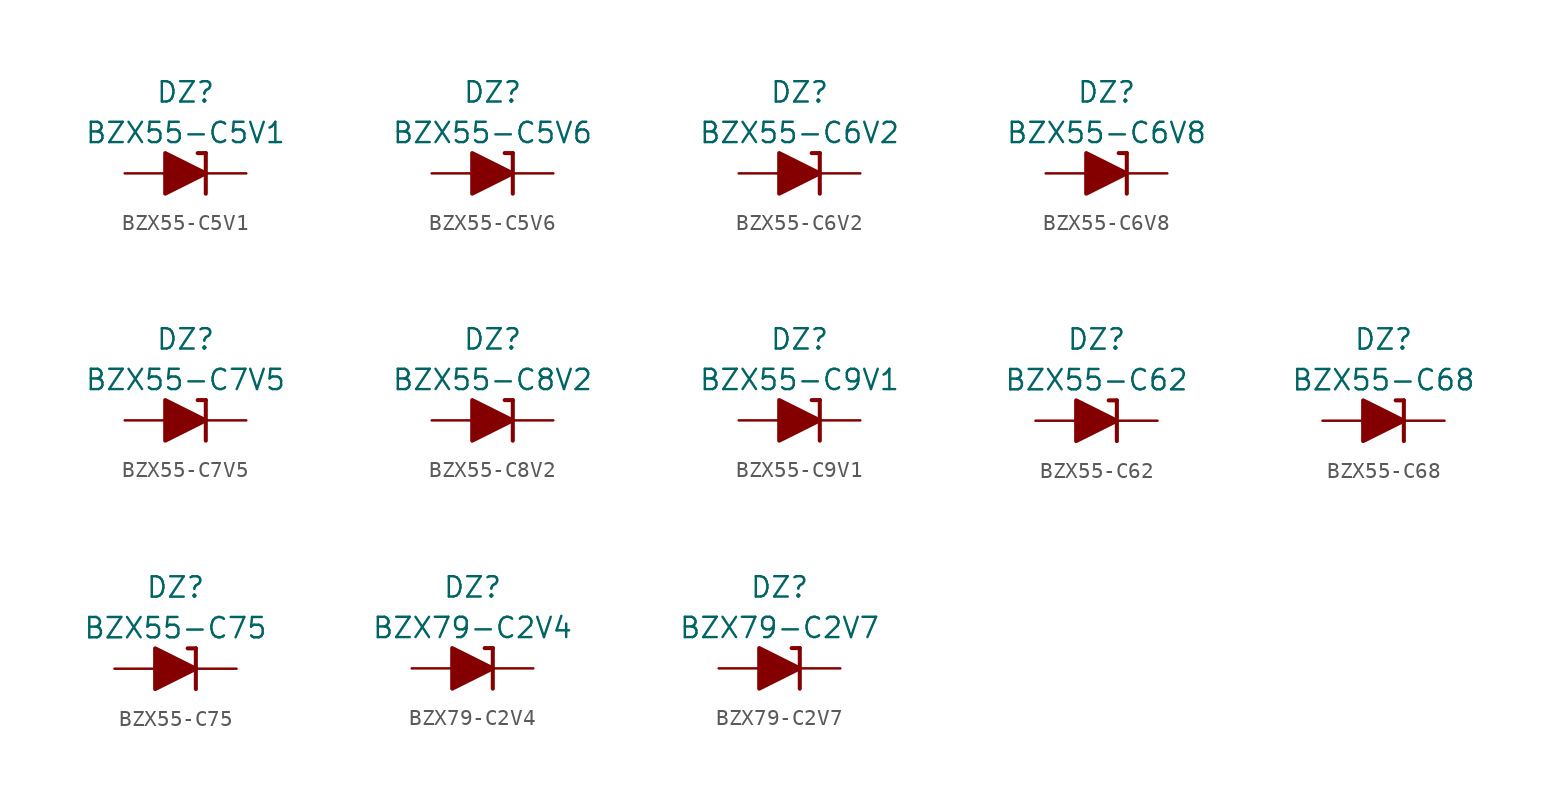
<source format=kicad_sym>
(kicad_symbol_lib
  (version 20211014)
  (generator kicad_symbol_editor)
  (symbol "BZX55-C5V1"
    (pin_numbers hide)
    (pin_names
      (offset 1.016) hide)
    (property "Reference" "DZ"
      (at 0 5.08 0)
      (effects (font (size 1.27 1.27))))
    (property "Value" "BZX55-C5V1"
      (at 0 2.54 0)
      (effects (font (size 1.27 1.27))))
    (symbol "BZX55-C5V1_0_1"
      (polyline (pts (xy -1.27 0) (xy 1.27 0)) (stroke (width 0) (type default) (color 0 0 0 0)) (fill (type none)))
      (polyline (pts (xy 1.27 1.27) (xy 0.762 1.27)) (stroke (width 0.254) (type default) (color 0 0 0 0)) (fill (type none)))
      (polyline (pts (xy 1.27 1.27) (xy 1.27 -1.27)) (stroke (width 0.254) (type default) (color 0 0 0 0)) (fill (type none)))
      (polyline (pts (xy -1.27 -1.27) (xy -1.27 1.27) (xy 1.27 0) (xy -1.27 -1.27)) (stroke (width 0.254) (type default) (color 0 0 0 0)) (fill (type outline))))
    (symbol "BZX55-C5V1_1_1"
      (pin passive line (at 3.81 0 180) (length 2.54) (name "K" (effects (font (size 1.27 1.27)))) (number "1" (effects (font (size 1.27 1.27)))))
      (pin passive line (at -3.81 0 0) (length 2.54) (name "A" (effects (font (size 1.27 1.27)))) (number "2" (effects (font (size 1.27 1.27)))))))
  (symbol "BZX55-C5V6"
    (pin_numbers hide)
    (pin_names
      (offset 1.016) hide)
    (property "Reference" "DZ"
      (at 0 5.08 0)
      (effects (font (size 1.27 1.27))))
    (property "Value" "BZX55-C5V6"
      (at 0 2.54 0)
      (effects (font (size 1.27 1.27))))
    (symbol "BZX55-C5V6_0_1"
      (polyline (pts (xy -1.27 0) (xy 1.27 0)) (stroke (width 0) (type default) (color 0 0 0 0)) (fill (type none)))
      (polyline (pts (xy 1.27 1.27) (xy 0.762 1.27)) (stroke (width 0.254) (type default) (color 0 0 0 0)) (fill (type none)))
      (polyline (pts (xy 1.27 1.27) (xy 1.27 -1.27)) (stroke (width 0.254) (type default) (color 0 0 0 0)) (fill (type none)))
      (polyline (pts (xy -1.27 -1.27) (xy -1.27 1.27) (xy 1.27 0) (xy -1.27 -1.27)) (stroke (width 0.254) (type default) (color 0 0 0 0)) (fill (type outline))))
    (symbol "BZX55-C5V6_1_1"
      (pin passive line (at 3.81 0 180) (length 2.54) (name "K" (effects (font (size 1.27 1.27)))) (number "1" (effects (font (size 1.27 1.27)))))
      (pin passive line (at -3.81 0 0) (length 2.54) (name "A" (effects (font (size 1.27 1.27)))) (number "2" (effects (font (size 1.27 1.27)))))))
  (symbol "BZX55-C6V2"
    (pin_numbers hide)
    (pin_names
      (offset 1.016) hide)
    (property "Reference" "DZ"
      (at 0 5.08 0)
      (effects (font (size 1.27 1.27))))
    (property "Value" "BZX55-C6V2"
      (at 0 2.54 0)
      (effects (font (size 1.27 1.27))))
    (symbol "BZX55-C6V2_0_1"
      (polyline (pts (xy -1.27 0) (xy 1.27 0)) (stroke (width 0) (type default) (color 0 0 0 0)) (fill (type none)))
      (polyline (pts (xy 1.27 1.27) (xy 0.762 1.27)) (stroke (width 0.254) (type default) (color 0 0 0 0)) (fill (type none)))
      (polyline (pts (xy 1.27 1.27) (xy 1.27 -1.27)) (stroke (width 0.254) (type default) (color 0 0 0 0)) (fill (type none)))
      (polyline (pts (xy -1.27 -1.27) (xy -1.27 1.27) (xy 1.27 0) (xy -1.27 -1.27)) (stroke (width 0.254) (type default) (color 0 0 0 0)) (fill (type outline))))
    (symbol "BZX55-C6V2_1_1"
      (pin passive line (at 3.81 0 180) (length 2.54) (name "K" (effects (font (size 1.27 1.27)))) (number "1" (effects (font (size 1.27 1.27)))))
      (pin passive line (at -3.81 0 0) (length 2.54) (name "A" (effects (font (size 1.27 1.27)))) (number "2" (effects (font (size 1.27 1.27)))))))
  (symbol "BZX55-C6V8"
    (pin_numbers hide)
    (pin_names
      (offset 1.016) hide)
    (property "Reference" "DZ"
      (at 0 5.08 0)
      (effects (font (size 1.27 1.27))))
    (property "Value" "BZX55-C6V8"
      (at 0 2.54 0)
      (effects (font (size 1.27 1.27))))
    (symbol "BZX55-C6V8_0_1"
      (polyline (pts (xy -1.27 0) (xy 1.27 0)) (stroke (width 0) (type default) (color 0 0 0 0)) (fill (type none)))
      (polyline (pts (xy 1.27 1.27) (xy 0.762 1.27)) (stroke (width 0.254) (type default) (color 0 0 0 0)) (fill (type none)))
      (polyline (pts (xy 1.27 1.27) (xy 1.27 -1.27)) (stroke (width 0.254) (type default) (color 0 0 0 0)) (fill (type none)))
      (polyline (pts (xy -1.27 -1.27) (xy -1.27 1.27) (xy 1.27 0) (xy -1.27 -1.27)) (stroke (width 0.254) (type default) (color 0 0 0 0)) (fill (type outline))))
    (symbol "BZX55-C6V8_1_1"
      (pin passive line (at 3.81 0 180) (length 2.54) (name "K" (effects (font (size 1.27 1.27)))) (number "1" (effects (font (size 1.27 1.27)))))
      (pin passive line (at -3.81 0 0) (length 2.54) (name "A" (effects (font (size 1.27 1.27)))) (number "2" (effects (font (size 1.27 1.27)))))))
  (symbol "BZX55-C7V5"
    (pin_numbers hide)
    (pin_names
      (offset 1.016) hide)
    (property "Reference" "DZ"
      (at 0 5.08 0)
      (effects (font (size 1.27 1.27))))
    (property "Value" "BZX55-C7V5"
      (at 0 2.54 0)
      (effects (font (size 1.27 1.27))))
    (symbol "BZX55-C7V5_0_1"
      (polyline (pts (xy -1.27 0) (xy 1.27 0)) (stroke (width 0) (type default) (color 0 0 0 0)) (fill (type none)))
      (polyline (pts (xy 1.27 1.27) (xy 0.762 1.27)) (stroke (width 0.254) (type default) (color 0 0 0 0)) (fill (type none)))
      (polyline (pts (xy 1.27 1.27) (xy 1.27 -1.27)) (stroke (width 0.254) (type default) (color 0 0 0 0)) (fill (type none)))
      (polyline (pts (xy -1.27 -1.27) (xy -1.27 1.27) (xy 1.27 0) (xy -1.27 -1.27)) (stroke (width 0.254) (type default) (color 0 0 0 0)) (fill (type outline))))
    (symbol "BZX55-C7V5_1_1"
      (pin passive line (at 3.81 0 180) (length 2.54) (name "K" (effects (font (size 1.27 1.27)))) (number "1" (effects (font (size 1.27 1.27)))))
      (pin passive line (at -3.81 0 0) (length 2.54) (name "A" (effects (font (size 1.27 1.27)))) (number "2" (effects (font (size 1.27 1.27)))))))
  (symbol "BZX55-C8V2"
    (pin_numbers hide)
    (pin_names
      (offset 1.016) hide)
    (property "Reference" "DZ"
      (at 0 5.08 0)
      (effects (font (size 1.27 1.27))))
    (property "Value" "BZX55-C8V2"
      (at 0 2.54 0)
      (effects (font (size 1.27 1.27))))
    (symbol "BZX55-C8V2_0_1"
      (polyline (pts (xy -1.27 0) (xy 1.27 0)) (stroke (width 0) (type default) (color 0 0 0 0)) (fill (type none)))
      (polyline (pts (xy 1.27 1.27) (xy 0.762 1.27)) (stroke (width 0.254) (type default) (color 0 0 0 0)) (fill (type none)))
      (polyline (pts (xy 1.27 1.27) (xy 1.27 -1.27)) (stroke (width 0.254) (type default) (color 0 0 0 0)) (fill (type none)))
      (polyline (pts (xy -1.27 -1.27) (xy -1.27 1.27) (xy 1.27 0) (xy -1.27 -1.27)) (stroke (width 0.254) (type default) (color 0 0 0 0)) (fill (type outline))))
    (symbol "BZX55-C8V2_1_1"
      (pin passive line (at 3.81 0 180) (length 2.54) (name "K" (effects (font (size 1.27 1.27)))) (number "1" (effects (font (size 1.27 1.27)))))
      (pin passive line (at -3.81 0 0) (length 2.54) (name "A" (effects (font (size 1.27 1.27)))) (number "2" (effects (font (size 1.27 1.27)))))))
  (symbol "BZX55-C9V1"
    (pin_numbers hide)
    (pin_names
      (offset 1.016) hide)
    (property "Reference" "DZ"
      (at 0 5.08 0)
      (effects (font (size 1.27 1.27))))
    (property "Value" "BZX55-C9V1"
      (at 0 2.54 0)
      (effects (font (size 1.27 1.27))))
    (symbol "BZX55-C9V1_0_1"
      (polyline (pts (xy -1.27 0) (xy 1.27 0)) (stroke (width 0) (type default) (color 0 0 0 0)) (fill (type none)))
      (polyline (pts (xy 1.27 1.27) (xy 0.762 1.27)) (stroke (width 0.254) (type default) (color 0 0 0 0)) (fill (type none)))
      (polyline (pts (xy 1.27 1.27) (xy 1.27 -1.27)) (stroke (width 0.254) (type default) (color 0 0 0 0)) (fill (type none)))
      (polyline (pts (xy -1.27 -1.27) (xy -1.27 1.27) (xy 1.27 0) (xy -1.27 -1.27)) (stroke (width 0.254) (type default) (color 0 0 0 0)) (fill (type outline))))
    (symbol "BZX55-C9V1_1_1"
      (pin passive line (at 3.81 0 180) (length 2.54) (name "K" (effects (font (size 1.27 1.27)))) (number "1" (effects (font (size 1.27 1.27)))))
      (pin passive line (at -3.81 0 0) (length 2.54) (name "A" (effects (font (size 1.27 1.27)))) (number "2" (effects (font (size 1.27 1.27)))))))
  (symbol "BZX55-C62"
    (pin_numbers hide)
    (pin_names
      (offset 1.016) hide)
    (property "Reference" "DZ"
      (at 0 5.08 0)
      (effects (font (size 1.27 1.27))))
    (property "Value" "BZX55-C62"
      (at 0 2.54 0)
      (effects (font (size 1.27 1.27))))
    (symbol "BZX55-C62_0_1"
      (polyline (pts (xy -1.27 0) (xy 1.27 0)) (stroke (width 0) (type default) (color 0 0 0 0)) (fill (type none)))
      (polyline (pts (xy 1.27 1.27) (xy 0.762 1.27)) (stroke (width 0.254) (type default) (color 0 0 0 0)) (fill (type none)))
      (polyline (pts (xy 1.27 1.27) (xy 1.27 -1.27)) (stroke (width 0.254) (type default) (color 0 0 0 0)) (fill (type none)))
      (polyline (pts (xy -1.27 -1.27) (xy -1.27 1.27) (xy 1.27 0) (xy -1.27 -1.27)) (stroke (width 0.254) (type default) (color 0 0 0 0)) (fill (type outline))))
    (symbol "BZX55-C62_1_1"
      (pin passive line (at 3.81 0 180) (length 2.54) (name "K" (effects (font (size 1.27 1.27)))) (number "1" (effects (font (size 1.27 1.27)))))
      (pin passive line (at -3.81 0 0) (length 2.54) (name "A" (effects (font (size 1.27 1.27)))) (number "2" (effects (font (size 1.27 1.27)))))))
  (symbol "BZX55-C68"
    (pin_numbers hide)
    (pin_names
      (offset 1.016) hide)
    (property "Reference" "DZ"
      (at 0 5.08 0)
      (effects (font (size 1.27 1.27))))
    (property "Value" "BZX55-C68"
      (at 0 2.54 0)
      (effects (font (size 1.27 1.27))))
    (symbol "BZX55-C68_0_1"
      (polyline (pts (xy -1.27 0) (xy 1.27 0)) (stroke (width 0) (type default) (color 0 0 0 0)) (fill (type none)))
      (polyline (pts (xy 1.27 1.27) (xy 0.762 1.27)) (stroke (width 0.254) (type default) (color 0 0 0 0)) (fill (type none)))
      (polyline (pts (xy 1.27 1.27) (xy 1.27 -1.27)) (stroke (width 0.254) (type default) (color 0 0 0 0)) (fill (type none)))
      (polyline (pts (xy -1.27 -1.27) (xy -1.27 1.27) (xy 1.27 0) (xy -1.27 -1.27)) (stroke (width 0.254) (type default) (color 0 0 0 0)) (fill (type outline))))
    (symbol "BZX55-C68_1_1"
      (pin passive line (at 3.81 0 180) (length 2.54) (name "K" (effects (font (size 1.27 1.27)))) (number "1" (effects (font (size 1.27 1.27)))))
      (pin passive line (at -3.81 0 0) (length 2.54) (name "A" (effects (font (size 1.27 1.27)))) (number "2" (effects (font (size 1.27 1.27)))))))
  (symbol "BZX55-C75"
    (pin_numbers hide)
    (pin_names
      (offset 1.016) hide)
    (property "Reference" "DZ"
      (at 0 5.08 0)
      (effects (font (size 1.27 1.27))))
    (property "Value" "BZX55-C75"
      (at 0 2.54 0)
      (effects (font (size 1.27 1.27))))
    (symbol "BZX55-C75_0_1"
      (polyline (pts (xy -1.27 0) (xy 1.27 0)) (stroke (width 0) (type default) (color 0 0 0 0)) (fill (type none)))
      (polyline (pts (xy 1.27 1.27) (xy 0.762 1.27)) (stroke (width 0.254) (type default) (color 0 0 0 0)) (fill (type none)))
      (polyline (pts (xy 1.27 1.27) (xy 1.27 -1.27)) (stroke (width 0.254) (type default) (color 0 0 0 0)) (fill (type none)))
      (polyline (pts (xy -1.27 -1.27) (xy -1.27 1.27) (xy 1.27 0) (xy -1.27 -1.27)) (stroke (width 0.254) (type default) (color 0 0 0 0)) (fill (type outline))))
    (symbol "BZX55-C75_1_1"
      (pin passive line (at 3.81 0 180) (length 2.54) (name "K" (effects (font (size 1.27 1.27)))) (number "1" (effects (font (size 1.27 1.27)))))
      (pin passive line (at -3.81 0 0) (length 2.54) (name "A" (effects (font (size 1.27 1.27)))) (number "2" (effects (font (size 1.27 1.27)))))))
  (symbol "BZX79-C2V4"
    (pin_numbers hide)
    (pin_names
      (offset 1.016) hide)
    (property "Reference" "DZ"
      (at 0 5.08 0)
      (effects (font (size 1.27 1.27))))
    (property "Value" "BZX79-C2V4"
      (at 0 2.54 0)
      (effects (font (size 1.27 1.27))))
    (symbol "BZX79-C2V4_0_1"
      (polyline (pts (xy -1.27 0) (xy 1.27 0)) (stroke (width 0) (type default) (color 0 0 0 0)) (fill (type none)))
      (polyline (pts (xy 1.27 1.27) (xy 0.762 1.27)) (stroke (width 0.254) (type default) (color 0 0 0 0)) (fill (type none)))
      (polyline (pts (xy 1.27 1.27) (xy 1.27 -1.27)) (stroke (width 0.254) (type default) (color 0 0 0 0)) (fill (type none)))
      (polyline (pts (xy -1.27 -1.27) (xy -1.27 1.27) (xy 1.27 0) (xy -1.27 -1.27)) (stroke (width 0.254) (type default) (color 0 0 0 0)) (fill (type outline))))
    (symbol "BZX79-C2V4_1_1"
      (pin passive line (at 3.81 0 180) (length 2.54) (name "K" (effects (font (size 1.27 1.27)))) (number "1" (effects (font (size 1.27 1.27)))))
      (pin passive line (at -3.81 0 0) (length 2.54) (name "A" (effects (font (size 1.27 1.27)))) (number "2" (effects (font (size 1.27 1.27)))))))
  (symbol "BZX79-C2V7"
    (pin_numbers hide)
    (pin_names
      (offset 1.016) hide)
    (property "Reference" "DZ"
      (at 0 5.08 0)
      (effects (font (size 1.27 1.27))))
    (property "Value" "BZX79-C2V7"
      (at 0 2.54 0)
      (effects (font (size 1.27 1.27))))
    (symbol "BZX79-C2V7_0_1"
      (polyline (pts (xy -1.27 0) (xy 1.27 0)) (stroke (width 0) (type default) (color 0 0 0 0)) (fill (type none)))
      (polyline (pts (xy 1.27 1.27) (xy 0.762 1.27)) (stroke (width 0.254) (type default) (color 0 0 0 0)) (fill (type none)))
      (polyline (pts (xy 1.27 1.27) (xy 1.27 -1.27)) (stroke (width 0.254) (type default) (color 0 0 0 0)) (fill (type none)))
      (polyline (pts (xy -1.27 -1.27) (xy -1.27 1.27) (xy 1.27 0) (xy -1.27 -1.27)) (stroke (width 0.254) (type default) (color 0 0 0 0)) (fill (type outline))))
    (symbol "BZX79-C2V7_1_1"
      (pin passive line (at 3.81 0 180) (length 2.54) (name "K" (effects (font (size 1.27 1.27)))) (number "1" (effects (font (size 1.27 1.27)))))
      (pin passive line (at -3.81 0 0) (length 2.54) (name "A" (effects (font (size 1.27 1.27)))) (number "2" (effects (font (size 1.27 1.27))))))))
</source>
